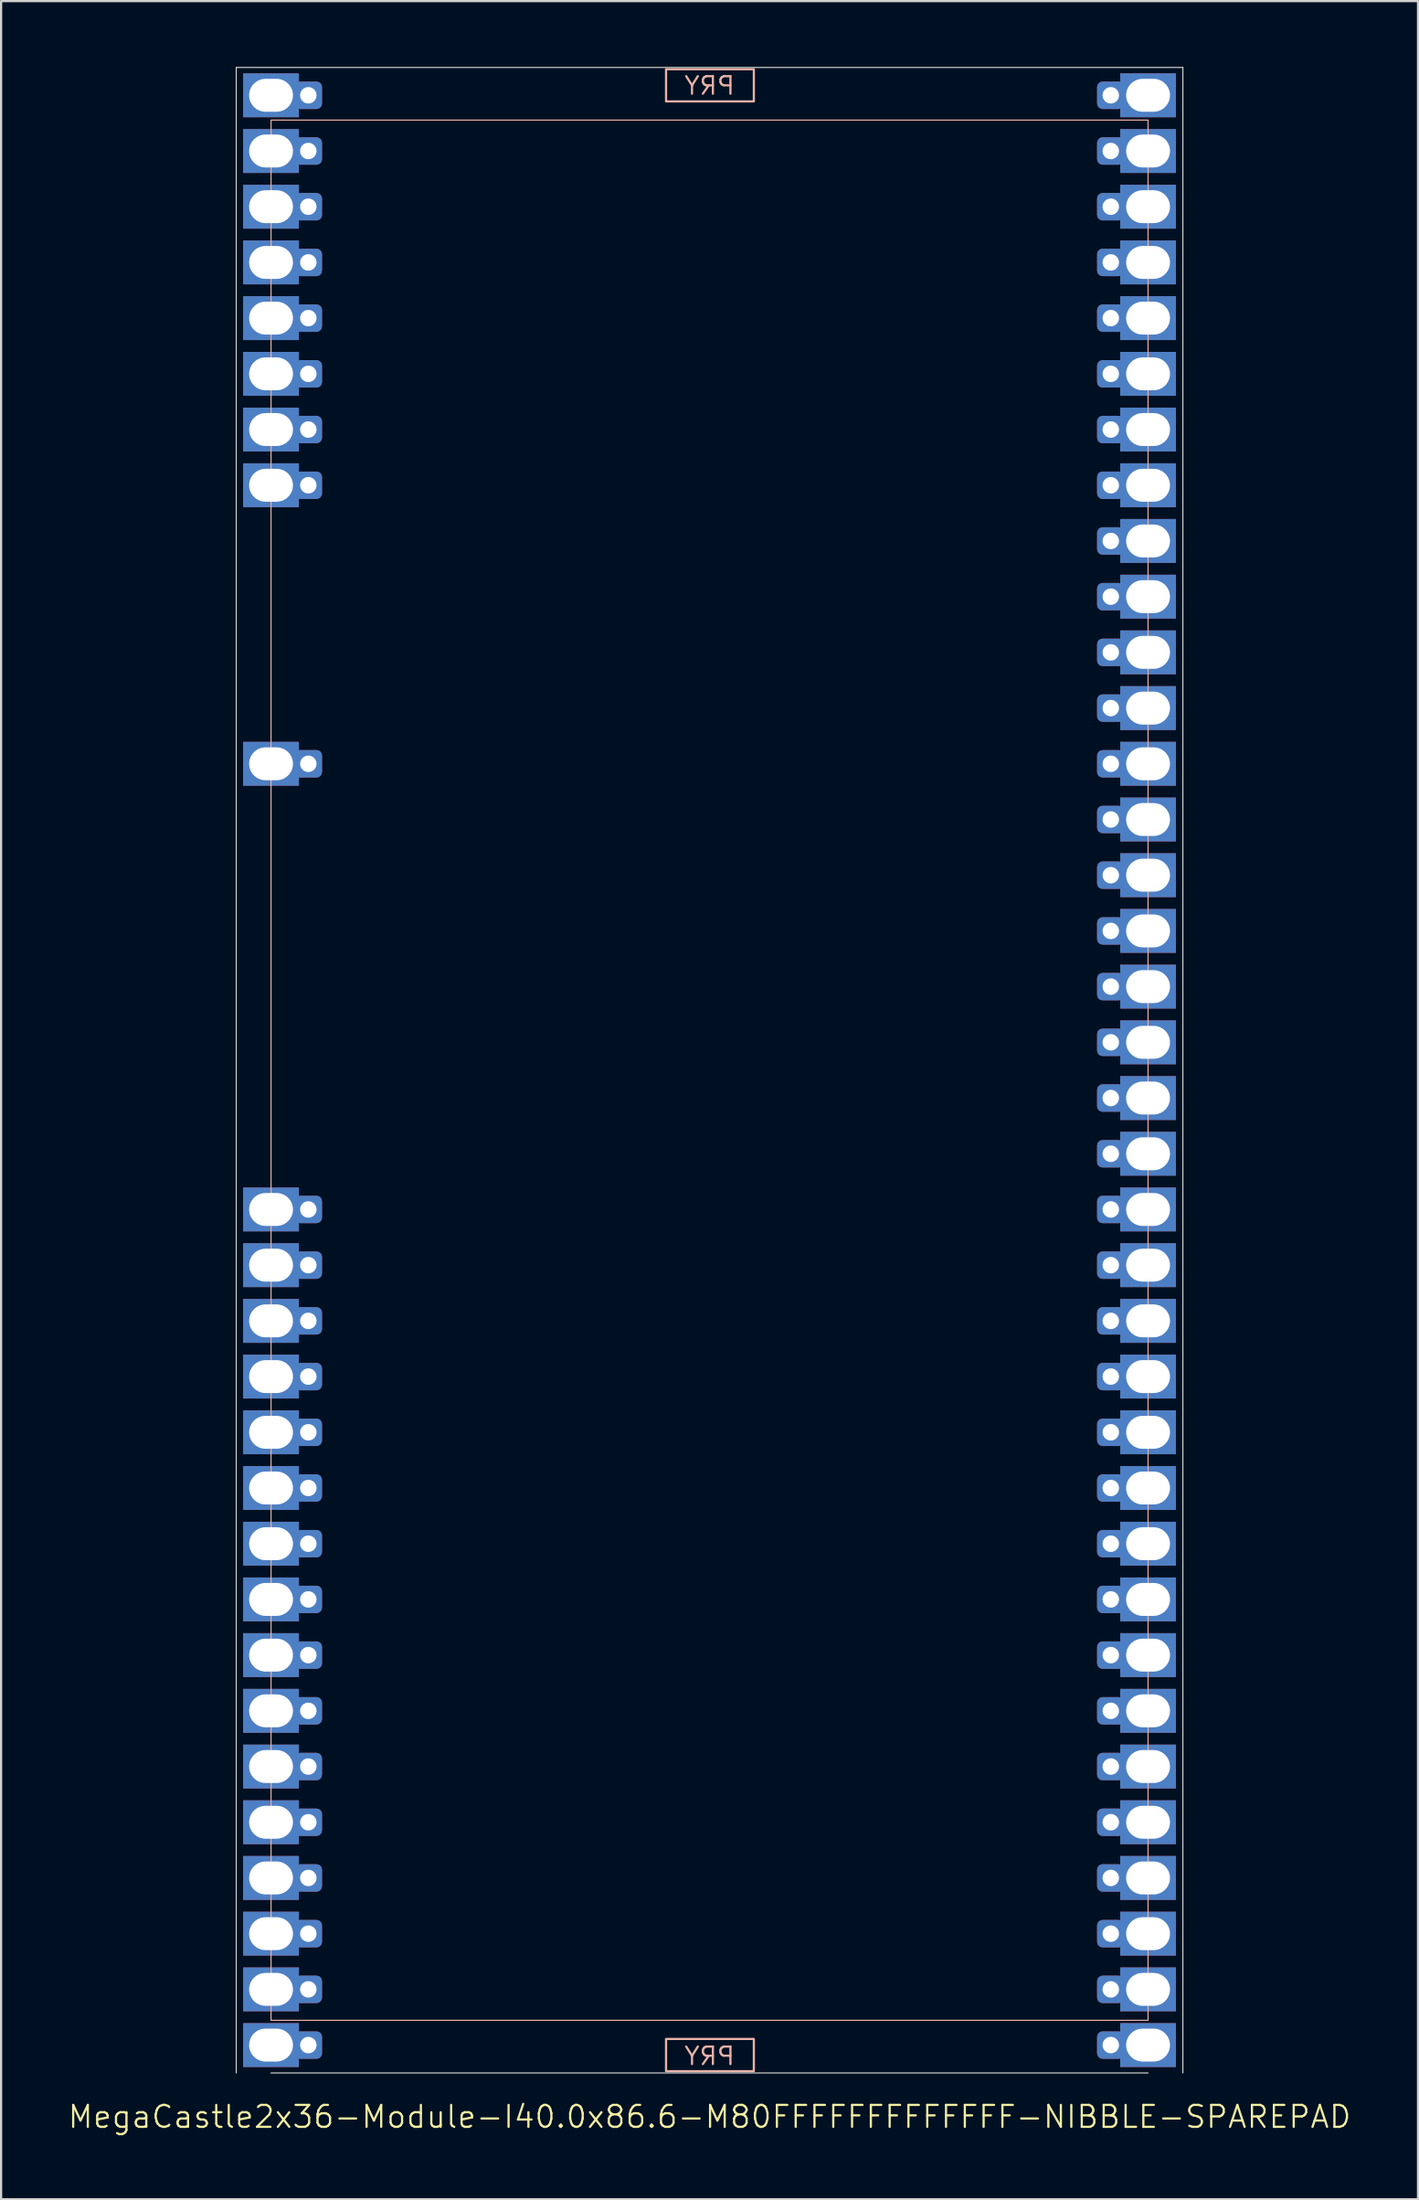
<source format=kicad_pcb>
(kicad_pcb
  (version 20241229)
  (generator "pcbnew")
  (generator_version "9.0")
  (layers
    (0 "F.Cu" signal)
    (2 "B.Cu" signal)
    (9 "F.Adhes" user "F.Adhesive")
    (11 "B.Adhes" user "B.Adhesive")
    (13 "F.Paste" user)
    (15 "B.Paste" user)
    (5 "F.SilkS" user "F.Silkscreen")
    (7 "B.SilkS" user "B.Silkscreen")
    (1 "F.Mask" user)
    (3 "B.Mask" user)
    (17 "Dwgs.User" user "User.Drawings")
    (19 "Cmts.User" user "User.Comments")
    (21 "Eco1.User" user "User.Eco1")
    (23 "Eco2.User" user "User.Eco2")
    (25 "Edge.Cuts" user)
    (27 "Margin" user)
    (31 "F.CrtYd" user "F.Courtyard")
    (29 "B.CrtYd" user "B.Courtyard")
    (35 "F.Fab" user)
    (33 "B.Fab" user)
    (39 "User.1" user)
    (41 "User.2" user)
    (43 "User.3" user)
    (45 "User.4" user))
  (footprint "MegaCastle2x36-Module-I40.0x86.6-M80FFFFFFFFFFFFF-NIBBLE-SPAREPAD"
    (layer "F.Cu")
    (at 29.312 45.745)
    (property "Reference" "MegaCastle2x36-Module-I40.0x86.6-M80FFFFFFFFFFFFF-NIBBLE-SPAREPAD" (at 0 47.72 0) (unlocked yes) (layer "F.SilkS") (effects (font (size 1 1) (thickness 0.1))))
    (attr smd)
    (fp_rect (start -20 43.32) (end 20 -43.32) (stroke (width 0.05) (type default)) (fill no) (layer "B.SilkS"))
    (fp_rect (start -1.984 -44.171) (end 2.02 -45.64) (stroke (width 0.1) (type default)) (fill no) (layer "B.SilkS"))
    (fp_rect (start -1.984 44.171) (end 2.02 45.64) (stroke (width 0.1) (type default)) (fill no) (layer "B.SilkS"))
    (fp_line (start -21.587 -45.72) (end -21.587 45.72) (stroke (width 0.05) (type default)) (layer "Edge.Cuts"))
    (fp_line (start -21.587 -45.72) (end 21.587 -45.72) (stroke (width 0.05) (type default)) (layer "Edge.Cuts"))
    (fp_line (start -20 45.72) (end 20 45.72) (stroke (width 0.05) (type default)) (layer "Edge.Cuts"))
    (fp_line (start 21.587 -45.72) (end 21.587 45.72) (stroke (width 0.05) (type default)) (layer "Edge.Cuts"))
    (fp_text user "PRY" (at 0 45.42 0) (unlocked yes) (layer "B.SilkS") (effects (font (size 0.8 0.8) (thickness 0.1)) (justify bottom mirror)))
    (fp_text user "PRY" (at 0 -44.42 0) (unlocked yes) (layer "B.SilkS") (effects (font (size 0.8 0.8) (thickness 0.1)) (justify bottom mirror)))
    (pad "1" thru_hole rect (at -20 -44.45) (size 2.54 2) (drill oval 2 1.5) (property pad_prop_castellated) (layers "*.Cu" "*.Mask"))
    (pad "1" thru_hole roundrect (at -18.3 -44.45 180) (size 1.25 1.25) (drill 0.75) (layers "*.Cu" "*.Mask") (roundrect_rratio 0.2))
    (pad "2" thru_hole rect (at -20 -41.91) (size 2.54 2) (drill oval 2 1.5) (property pad_prop_castellated) (layers "*.Cu" "*.Mask"))
    (pad "2" thru_hole roundrect (at -18.3 -41.91 180) (size 1.25 1.25) (drill 0.75) (layers "*.Cu" "*.Mask") (roundrect_rratio 0.2))
    (pad "3" thru_hole rect (at -20 -39.37) (size 2.54 2) (drill oval 2 1.5) (property pad_prop_castellated) (layers "*.Cu" "*.Mask"))
    (pad "3" thru_hole roundrect (at -18.3 -39.37 180) (size 1.25 1.25) (drill 0.75) (layers "*.Cu" "*.Mask") (roundrect_rratio 0.2))
    (pad "4" thru_hole rect (at -20 -36.83) (size 2.54 2) (drill oval 2 1.5) (property pad_prop_castellated) (layers "*.Cu" "*.Mask"))
    (pad "4" thru_hole roundrect (at -18.3 -36.83 180) (size 1.25 1.25) (drill 0.75) (layers "*.Cu" "*.Mask") (roundrect_rratio 0.2))
    (pad "5" thru_hole rect (at -20 -34.29) (size 2.54 2) (drill oval 2 1.5) (property pad_prop_castellated) (layers "*.Cu" "*.Mask"))
    (pad "5" thru_hole roundrect (at -18.3 -34.29 180) (size 1.25 1.25) (drill 0.75) (layers "*.Cu" "*.Mask") (roundrect_rratio 0.2))
    (pad "6" thru_hole rect (at -20 -31.75) (size 2.54 2) (drill oval 2 1.5) (property pad_prop_castellated) (layers "*.Cu" "*.Mask"))
    (pad "6" thru_hole roundrect (at -18.3 -31.75 180) (size 1.25 1.25) (drill 0.75) (layers "*.Cu" "*.Mask") (roundrect_rratio 0.2))
    (pad "7" thru_hole rect (at -20 -29.21) (size 2.54 2) (drill oval 2 1.5) (property pad_prop_castellated) (layers "*.Cu" "*.Mask"))
    (pad "7" thru_hole roundrect (at -18.3 -29.21 180) (size 1.25 1.25) (drill 0.75) (layers "*.Cu" "*.Mask") (roundrect_rratio 0.2))
    (pad "8" thru_hole rect (at -20 -26.67) (size 2.54 2) (drill oval 2 1.5) (property pad_prop_castellated) (layers "*.Cu" "*.Mask"))
    (pad "8" thru_hole roundrect (at -18.3 -26.67 180) (size 1.25 1.25) (drill 0.75) (layers "*.Cu" "*.Mask") (roundrect_rratio 0.2))
    (pad "13" thru_hole rect (at -20 -13.97) (size 2.54 2) (drill oval 2 1.5) (property pad_prop_castellated) (layers "*.Cu" "*.Mask"))
    (pad "13" thru_hole roundrect (at -18.3 -13.97 180) (size 1.25 1.25) (drill 0.75) (layers "*.Cu" "*.Mask") (roundrect_rratio 0.2))
    (pad "21" thru_hole rect (at -20 6.35) (size 2.54 2) (drill oval 2 1.5) (property pad_prop_castellated) (layers "*.Cu" "*.Mask"))
    (pad "21" thru_hole roundrect (at -18.3 6.35 180) (size 1.25 1.25) (drill 0.75) (layers "*.Cu" "*.Mask") (roundrect_rratio 0.2))
    (pad "22" thru_hole rect (at -20 8.89) (size 2.54 2) (drill oval 2 1.5) (property pad_prop_castellated) (layers "*.Cu" "*.Mask"))
    (pad "22" thru_hole roundrect (at -18.3 8.89 180) (size 1.25 1.25) (drill 0.75) (layers "*.Cu" "*.Mask") (roundrect_rratio 0.2))
    (pad "23" thru_hole rect (at -20 11.43) (size 2.54 2) (drill oval 2 1.5) (property pad_prop_castellated) (layers "*.Cu" "*.Mask"))
    (pad "23" thru_hole roundrect (at -18.3 11.43 180) (size 1.25 1.25) (drill 0.75) (layers "*.Cu" "*.Mask") (roundrect_rratio 0.2))
    (pad "24" thru_hole rect (at -20 13.97) (size 2.54 2) (drill oval 2 1.5) (property pad_prop_castellated) (layers "*.Cu" "*.Mask"))
    (pad "24" thru_hole roundrect (at -18.3 13.97 180) (size 1.25 1.25) (drill 0.75) (layers "*.Cu" "*.Mask") (roundrect_rratio 0.2))
    (pad "25" thru_hole rect (at -20 16.51) (size 2.54 2) (drill oval 2 1.5) (property pad_prop_castellated) (layers "*.Cu" "*.Mask"))
    (pad "25" thru_hole roundrect (at -18.3 16.51 180) (size 1.25 1.25) (drill 0.75) (layers "*.Cu" "*.Mask") (roundrect_rratio 0.2))
    (pad "26" thru_hole rect (at -20 19.05) (size 2.54 2) (drill oval 2 1.5) (property pad_prop_castellated) (layers "*.Cu" "*.Mask"))
    (pad "26" thru_hole roundrect (at -18.3 19.05 180) (size 1.25 1.25) (drill 0.75) (layers "*.Cu" "*.Mask") (roundrect_rratio 0.2))
    (pad "27" thru_hole rect (at -20 21.59) (size 2.54 2) (drill oval 2 1.5) (property pad_prop_castellated) (layers "*.Cu" "*.Mask"))
    (pad "27" thru_hole roundrect (at -18.3 21.59 180) (size 1.25 1.25) (drill 0.75) (layers "*.Cu" "*.Mask") (roundrect_rratio 0.2))
    (pad "28" thru_hole rect (at -20 24.13) (size 2.54 2) (drill oval 2 1.5) (property pad_prop_castellated) (layers "*.Cu" "*.Mask"))
    (pad "28" thru_hole roundrect (at -18.3 24.13 180) (size 1.25 1.25) (drill 0.75) (layers "*.Cu" "*.Mask") (roundrect_rratio 0.2))
    (pad "29" thru_hole rect (at -20 26.67) (size 2.54 2) (drill oval 2 1.5) (property pad_prop_castellated) (layers "*.Cu" "*.Mask"))
    (pad "29" thru_hole roundrect (at -18.3 26.67 180) (size 1.25 1.25) (drill 0.75) (layers "*.Cu" "*.Mask") (roundrect_rratio 0.2))
    (pad "30" thru_hole rect (at -20 29.21) (size 2.54 2) (drill oval 2 1.5) (property pad_prop_castellated) (layers "*.Cu" "*.Mask"))
    (pad "30" thru_hole roundrect (at -18.3 29.21 180) (size 1.25 1.25) (drill 0.75) (layers "*.Cu" "*.Mask") (roundrect_rratio 0.2))
    (pad "31" thru_hole rect (at -20 31.75) (size 2.54 2) (drill oval 2 1.5) (property pad_prop_castellated) (layers "*.Cu" "*.Mask"))
    (pad "31" thru_hole roundrect (at -18.3 31.75 180) (size 1.25 1.25) (drill 0.75) (layers "*.Cu" "*.Mask") (roundrect_rratio 0.2))
    (pad "32" thru_hole rect (at -20 34.29) (size 2.54 2) (drill oval 2 1.5) (property pad_prop_castellated) (layers "*.Cu" "*.Mask"))
    (pad "32" thru_hole roundrect (at -18.3 34.29 180) (size 1.25 1.25) (drill 0.75) (layers "*.Cu" "*.Mask") (roundrect_rratio 0.2))
    (pad "33" thru_hole rect (at -20 36.83) (size 2.54 2) (drill oval 2 1.5) (property pad_prop_castellated) (layers "*.Cu" "*.Mask"))
    (pad "33" thru_hole roundrect (at -18.3 36.83 180) (size 1.25 1.25) (drill 0.75) (layers "*.Cu" "*.Mask") (roundrect_rratio 0.2))
    (pad "34" thru_hole rect (at -20 39.37) (size 2.54 2) (drill oval 2 1.5) (property pad_prop_castellated) (layers "*.Cu" "*.Mask"))
    (pad "34" thru_hole roundrect (at -18.3 39.37 180) (size 1.25 1.25) (drill 0.75) (layers "*.Cu" "*.Mask") (roundrect_rratio 0.2))
    (pad "35" thru_hole rect (at -20 41.91) (size 2.54 2) (drill oval 2 1.5) (property pad_prop_castellated) (layers "*.Cu" "*.Mask"))
    (pad "35" thru_hole roundrect (at -18.3 41.91 180) (size 1.25 1.25) (drill 0.75) (layers "*.Cu" "*.Mask") (roundrect_rratio 0.2))
    (pad "36" thru_hole rect (at -20 44.45) (size 2.54 2) (drill oval 2 1.5) (property pad_prop_castellated) (layers "*.Cu" "*.Mask"))
    (pad "36" thru_hole roundrect (at -18.3 44.45 180) (size 1.25 1.25) (drill 0.75) (layers "*.Cu" "*.Mask") (roundrect_rratio 0.2))
    (pad "37" thru_hole roundrect (at 18.3 -44.45 180) (size 1.25 1.25) (drill 0.75) (layers "*.Cu" "*.Mask") (roundrect_rratio 0.2))
    (pad "37" thru_hole rect (at 20 -44.45) (size 2.54 2) (drill oval 2 1.5) (property pad_prop_castellated) (layers "*.Cu" "*.Mask"))
    (pad "38" thru_hole roundrect (at 18.3 -41.91 180) (size 1.25 1.25) (drill 0.75) (layers "*.Cu" "*.Mask") (roundrect_rratio 0.2))
    (pad "38" thru_hole rect (at 20 -41.91) (size 2.54 2) (drill oval 2 1.5) (property pad_prop_castellated) (layers "*.Cu" "*.Mask"))
    (pad "39" thru_hole roundrect (at 18.3 -39.37 180) (size 1.25 1.25) (drill 0.75) (layers "*.Cu" "*.Mask") (roundrect_rratio 0.2))
    (pad "39" thru_hole rect (at 20 -39.37) (size 2.54 2) (drill oval 2 1.5) (property pad_prop_castellated) (layers "*.Cu" "*.Mask"))
    (pad "40" thru_hole roundrect (at 18.3 -36.83 180) (size 1.25 1.25) (drill 0.75) (layers "*.Cu" "*.Mask") (roundrect_rratio 0.2))
    (pad "40" thru_hole rect (at 20 -36.83) (size 2.54 2) (drill oval 2 1.5) (property pad_prop_castellated) (layers "*.Cu" "*.Mask"))
    (pad "41" thru_hole roundrect (at 18.3 -34.29 180) (size 1.25 1.25) (drill 0.75) (layers "*.Cu" "*.Mask") (roundrect_rratio 0.2))
    (pad "41" thru_hole rect (at 20 -34.29) (size 2.54 2) (drill oval 2 1.5) (property pad_prop_castellated) (layers "*.Cu" "*.Mask"))
    (pad "42" thru_hole roundrect (at 18.3 -31.75 180) (size 1.25 1.25) (drill 0.75) (layers "*.Cu" "*.Mask") (roundrect_rratio 0.2))
    (pad "42" thru_hole rect (at 20 -31.75) (size 2.54 2) (drill oval 2 1.5) (property pad_prop_castellated) (layers "*.Cu" "*.Mask"))
    (pad "43" thru_hole roundrect (at 18.3 -29.21 180) (size 1.25 1.25) (drill 0.75) (layers "*.Cu" "*.Mask") (roundrect_rratio 0.2))
    (pad "43" thru_hole rect (at 20 -29.21) (size 2.54 2) (drill oval 2 1.5) (property pad_prop_castellated) (layers "*.Cu" "*.Mask"))
    (pad "44" thru_hole roundrect (at 18.3 -26.67 180) (size 1.25 1.25) (drill 0.75) (layers "*.Cu" "*.Mask") (roundrect_rratio 0.2))
    (pad "44" thru_hole rect (at 20 -26.67) (size 2.54 2) (drill oval 2 1.5) (property pad_prop_castellated) (layers "*.Cu" "*.Mask"))
    (pad "45" thru_hole roundrect (at 18.3 -24.13 180) (size 1.25 1.25) (drill 0.75) (layers "*.Cu" "*.Mask") (roundrect_rratio 0.2))
    (pad "45" thru_hole rect (at 20 -24.13) (size 2.54 2) (drill oval 2 1.5) (property pad_prop_castellated) (layers "*.Cu" "*.Mask"))
    (pad "46" thru_hole roundrect (at 18.3 -21.59 180) (size 1.25 1.25) (drill 0.75) (layers "*.Cu" "*.Mask") (roundrect_rratio 0.2))
    (pad "46" thru_hole rect (at 20 -21.59) (size 2.54 2) (drill oval 2 1.5) (property pad_prop_castellated) (layers "*.Cu" "*.Mask"))
    (pad "47" thru_hole roundrect (at 18.3 -19.05 180) (size 1.25 1.25) (drill 0.75) (layers "*.Cu" "*.Mask") (roundrect_rratio 0.2))
    (pad "47" thru_hole rect (at 20 -19.05) (size 2.54 2) (drill oval 2 1.5) (property pad_prop_castellated) (layers "*.Cu" "*.Mask"))
    (pad "48" thru_hole roundrect (at 18.3 -16.51 180) (size 1.25 1.25) (drill 0.75) (layers "*.Cu" "*.Mask") (roundrect_rratio 0.2))
    (pad "48" thru_hole rect (at 20 -16.51) (size 2.54 2) (drill oval 2 1.5) (property pad_prop_castellated) (layers "*.Cu" "*.Mask"))
    (pad "49" thru_hole roundrect (at 18.3 -13.97 180) (size 1.25 1.25) (drill 0.75) (layers "*.Cu" "*.Mask") (roundrect_rratio 0.2))
    (pad "49" thru_hole rect (at 20 -13.97) (size 2.54 2) (drill oval 2 1.5) (property pad_prop_castellated) (layers "*.Cu" "*.Mask"))
    (pad "50" thru_hole roundrect (at 18.3 -11.43 180) (size 1.25 1.25) (drill 0.75) (layers "*.Cu" "*.Mask") (roundrect_rratio 0.2))
    (pad "50" thru_hole rect (at 20 -11.43) (size 2.54 2) (drill oval 2 1.5) (property pad_prop_castellated) (layers "*.Cu" "*.Mask"))
    (pad "51" thru_hole roundrect (at 18.3 -8.89 180) (size 1.25 1.25) (drill 0.75) (layers "*.Cu" "*.Mask") (roundrect_rratio 0.2))
    (pad "51" thru_hole rect (at 20 -8.89) (size 2.54 2) (drill oval 2 1.5) (property pad_prop_castellated) (layers "*.Cu" "*.Mask"))
    (pad "52" thru_hole roundrect (at 18.3 -6.35 180) (size 1.25 1.25) (drill 0.75) (layers "*.Cu" "*.Mask") (roundrect_rratio 0.2))
    (pad "52" thru_hole rect (at 20 -6.35) (size 2.54 2) (drill oval 2 1.5) (property pad_prop_castellated) (layers "*.Cu" "*.Mask"))
    (pad "53" thru_hole roundrect (at 18.3 -3.81 180) (size 1.25 1.25) (drill 0.75) (layers "*.Cu" "*.Mask") (roundrect_rratio 0.2))
    (pad "53" thru_hole rect (at 20 -3.81) (size 2.54 2) (drill oval 2 1.5) (property pad_prop_castellated) (layers "*.Cu" "*.Mask"))
    (pad "54" thru_hole roundrect (at 18.3 -1.27 180) (size 1.25 1.25) (drill 0.75) (layers "*.Cu" "*.Mask") (roundrect_rratio 0.2))
    (pad "54" thru_hole rect (at 20 -1.27) (size 2.54 2) (drill oval 2 1.5) (property pad_prop_castellated) (layers "*.Cu" "*.Mask"))
    (pad "55" thru_hole roundrect (at 18.3 1.27 180) (size 1.25 1.25) (drill 0.75) (layers "*.Cu" "*.Mask") (roundrect_rratio 0.2))
    (pad "55" thru_hole rect (at 20 1.27) (size 2.54 2) (drill oval 2 1.5) (property pad_prop_castellated) (layers "*.Cu" "*.Mask"))
    (pad "56" thru_hole roundrect (at 18.3 3.81 180) (size 1.25 1.25) (drill 0.75) (layers "*.Cu" "*.Mask") (roundrect_rratio 0.2))
    (pad "56" thru_hole rect (at 20 3.81) (size 2.54 2) (drill oval 2 1.5) (property pad_prop_castellated) (layers "*.Cu" "*.Mask"))
    (pad "57" thru_hole roundrect (at 18.3 6.35 180) (size 1.25 1.25) (drill 0.75) (layers "*.Cu" "*.Mask") (roundrect_rratio 0.2))
    (pad "57" thru_hole rect (at 20 6.35) (size 2.54 2) (drill oval 2 1.5) (property pad_prop_castellated) (layers "*.Cu" "*.Mask"))
    (pad "58" thru_hole roundrect (at 18.3 8.89 180) (size 1.25 1.25) (drill 0.75) (layers "*.Cu" "*.Mask") (roundrect_rratio 0.2))
    (pad "58" thru_hole rect (at 20 8.89) (size 2.54 2) (drill oval 2 1.5) (property pad_prop_castellated) (layers "*.Cu" "*.Mask"))
    (pad "59" thru_hole roundrect (at 18.3 11.43 180) (size 1.25 1.25) (drill 0.75) (layers "*.Cu" "*.Mask") (roundrect_rratio 0.2))
    (pad "59" thru_hole rect (at 20 11.43) (size 2.54 2) (drill oval 2 1.5) (property pad_prop_castellated) (layers "*.Cu" "*.Mask"))
    (pad "60" thru_hole roundrect (at 18.3 13.97 180) (size 1.25 1.25) (drill 0.75) (layers "*.Cu" "*.Mask") (roundrect_rratio 0.2))
    (pad "60" thru_hole rect (at 20 13.97) (size 2.54 2) (drill oval 2 1.5) (property pad_prop_castellated) (layers "*.Cu" "*.Mask"))
    (pad "61" thru_hole roundrect (at 18.3 16.51 180) (size 1.25 1.25) (drill 0.75) (layers "*.Cu" "*.Mask") (roundrect_rratio 0.2))
    (pad "61" thru_hole rect (at 20 16.51) (size 2.54 2) (drill oval 2 1.5) (property pad_prop_castellated) (layers "*.Cu" "*.Mask"))
    (pad "62" thru_hole roundrect (at 18.3 19.05 180) (size 1.25 1.25) (drill 0.75) (layers "*.Cu" "*.Mask") (roundrect_rratio 0.2))
    (pad "62" thru_hole rect (at 20 19.05) (size 2.54 2) (drill oval 2 1.5) (property pad_prop_castellated) (layers "*.Cu" "*.Mask"))
    (pad "63" thru_hole roundrect (at 18.3 21.59 180) (size 1.25 1.25) (drill 0.75) (layers "*.Cu" "*.Mask") (roundrect_rratio 0.2))
    (pad "63" thru_hole rect (at 20 21.59) (size 2.54 2) (drill oval 2 1.5) (property pad_prop_castellated) (layers "*.Cu" "*.Mask"))
    (pad "64" thru_hole roundrect (at 18.3 24.13 180) (size 1.25 1.25) (drill 0.75) (layers "*.Cu" "*.Mask") (roundrect_rratio 0.2))
    (pad "64" thru_hole rect (at 20 24.13) (size 2.54 2) (drill oval 2 1.5) (property pad_prop_castellated) (layers "*.Cu" "*.Mask"))
    (pad "65" thru_hole roundrect (at 18.3 26.67 180) (size 1.25 1.25) (drill 0.75) (layers "*.Cu" "*.Mask") (roundrect_rratio 0.2))
    (pad "65" thru_hole rect (at 20 26.67) (size 2.54 2) (drill oval 2 1.5) (property pad_prop_castellated) (layers "*.Cu" "*.Mask"))
    (pad "66" thru_hole roundrect (at 18.3 29.21 180) (size 1.25 1.25) (drill 0.75) (layers "*.Cu" "*.Mask") (roundrect_rratio 0.2))
    (pad "66" thru_hole rect (at 20 29.21) (size 2.54 2) (drill oval 2 1.5) (property pad_prop_castellated) (layers "*.Cu" "*.Mask"))
    (pad "67" thru_hole roundrect (at 18.3 31.75 180) (size 1.25 1.25) (drill 0.75) (layers "*.Cu" "*.Mask") (roundrect_rratio 0.2))
    (pad "67" thru_hole rect (at 20 31.75) (size 2.54 2) (drill oval 2 1.5) (property pad_prop_castellated) (layers "*.Cu" "*.Mask"))
    (pad "68" thru_hole roundrect (at 18.3 34.29 180) (size 1.25 1.25) (drill 0.75) (layers "*.Cu" "*.Mask") (roundrect_rratio 0.2))
    (pad "68" thru_hole rect (at 20 34.29) (size 2.54 2) (drill oval 2 1.5) (property pad_prop_castellated) (layers "*.Cu" "*.Mask"))
    (pad "69" thru_hole roundrect (at 18.3 36.83 180) (size 1.25 1.25) (drill 0.75) (layers "*.Cu" "*.Mask") (roundrect_rratio 0.2))
    (pad "69" thru_hole rect (at 20 36.83) (size 2.54 2) (drill oval 2 1.5) (property pad_prop_castellated) (layers "*.Cu" "*.Mask"))
    (pad "70" thru_hole roundrect (at 18.3 39.37 180) (size 1.25 1.25) (drill 0.75) (layers "*.Cu" "*.Mask") (roundrect_rratio 0.2))
    (pad "70" thru_hole rect (at 20 39.37) (size 2.54 2) (drill oval 2 1.5) (property pad_prop_castellated) (layers "*.Cu" "*.Mask"))
    (pad "71" thru_hole roundrect (at 18.3 41.91 180) (size 1.25 1.25) (drill 0.75) (layers "*.Cu" "*.Mask") (roundrect_rratio 0.2))
    (pad "71" thru_hole rect (at 20 41.91) (size 2.54 2) (drill oval 2 1.5) (property pad_prop_castellated) (layers "*.Cu" "*.Mask"))
    (pad "72" thru_hole roundrect (at 18.3 44.45 180) (size 1.25 1.25) (drill 0.75) (layers "*.Cu" "*.Mask") (roundrect_rratio 0.2))
    (pad "72" thru_hole rect (at 20 44.45) (size 2.54 2) (drill oval 2 1.5) (property pad_prop_castellated) (layers "*.Cu" "*.Mask"))
    (zone (net_name "") (layer "B.Cu") (hatch edge 0.5) (connect_pads) (min_thickness 0.25) (filled_areas_thickness no) (keepout (tracks allowed) (vias allowed) (pads allowed) (copperpour allowed) (footprints not_allowed)) (placement (enabled no)) (fill) (polygon (pts (xy 9.312 91.465) (xy 9.312 0.025))))
    (zone (net_name "") (layer "B.Cu") (hatch edge 0.5) (connect_pads) (min_thickness 0.25) (filled_areas_thickness no) (keepout (tracks allowed) (vias allowed) (pads allowed) (copperpour allowed) (footprints not_allowed)) (placement (enabled no)) (fill) (polygon (pts (xy 49.312 91.465) (xy 49.312 0.025))))
    (zone (net_name "") (layer "B.Cu") (hatch edge 0.5) (connect_pads) (min_thickness 0.25) (filled_areas_thickness no) (keepout (tracks allowed) (vias allowed) (pads allowed) (copperpour allowed) (footprints not_allowed)) (placement (enabled no)) (fill) (polygon (pts (xy 9.312 0.025) (xy 9.312 2.425) (xy 49.312 2.425) (xy 49.312 0.025))))
    (zone (net_name "") (layer "B.Cu") (hatch edge 0.5) (connect_pads) (min_thickness 0.25) (filled_areas_thickness no) (keepout (tracks allowed) (vias allowed) (pads allowed) (copperpour allowed) (footprints not_allowed)) (placement (enabled no)) (fill) (polygon (pts (xy 9.312 91.465) (xy 9.312 89.065) (xy 49.312 89.065) (xy 49.312 91.465))))
    (zone (net_name "") (layer "B.Cu") (name "Upper Pry Zone") (hatch edge 0.5) (connect_pads) (min_thickness 0.25) (filled_areas_thickness no) (keepout (tracks not_allowed) (vias not_allowed) (pads not_allowed) (copperpour allowed) (footprints not_allowed)) (placement (enabled no)) (fill) (polygon (pts (xy 27.328 1.574) (xy 27.328 0.105) (xy 31.331 0.105) (xy 31.331 1.574))))
    (zone (net_name "") (layer "B.Cu") (name "Upper Pry Zone") (hatch edge 0.5) (connect_pads) (min_thickness 0.25) (filled_areas_thickness no) (keepout (tracks not_allowed) (vias not_allowed) (pads not_allowed) (copperpour allowed) (footprints not_allowed)) (placement (enabled no)) (fill) (polygon (pts (xy 27.328 89.916) (xy 27.328 91.385) (xy 31.331 91.385) (xy 31.331 89.916)))))
  (gr_rect
    (start -3 -3)
    (end 61.624 97.226)
    (stroke (width 0.1) (type default))
    (fill no)
    (layer "Edge.Cuts")))
</source>
